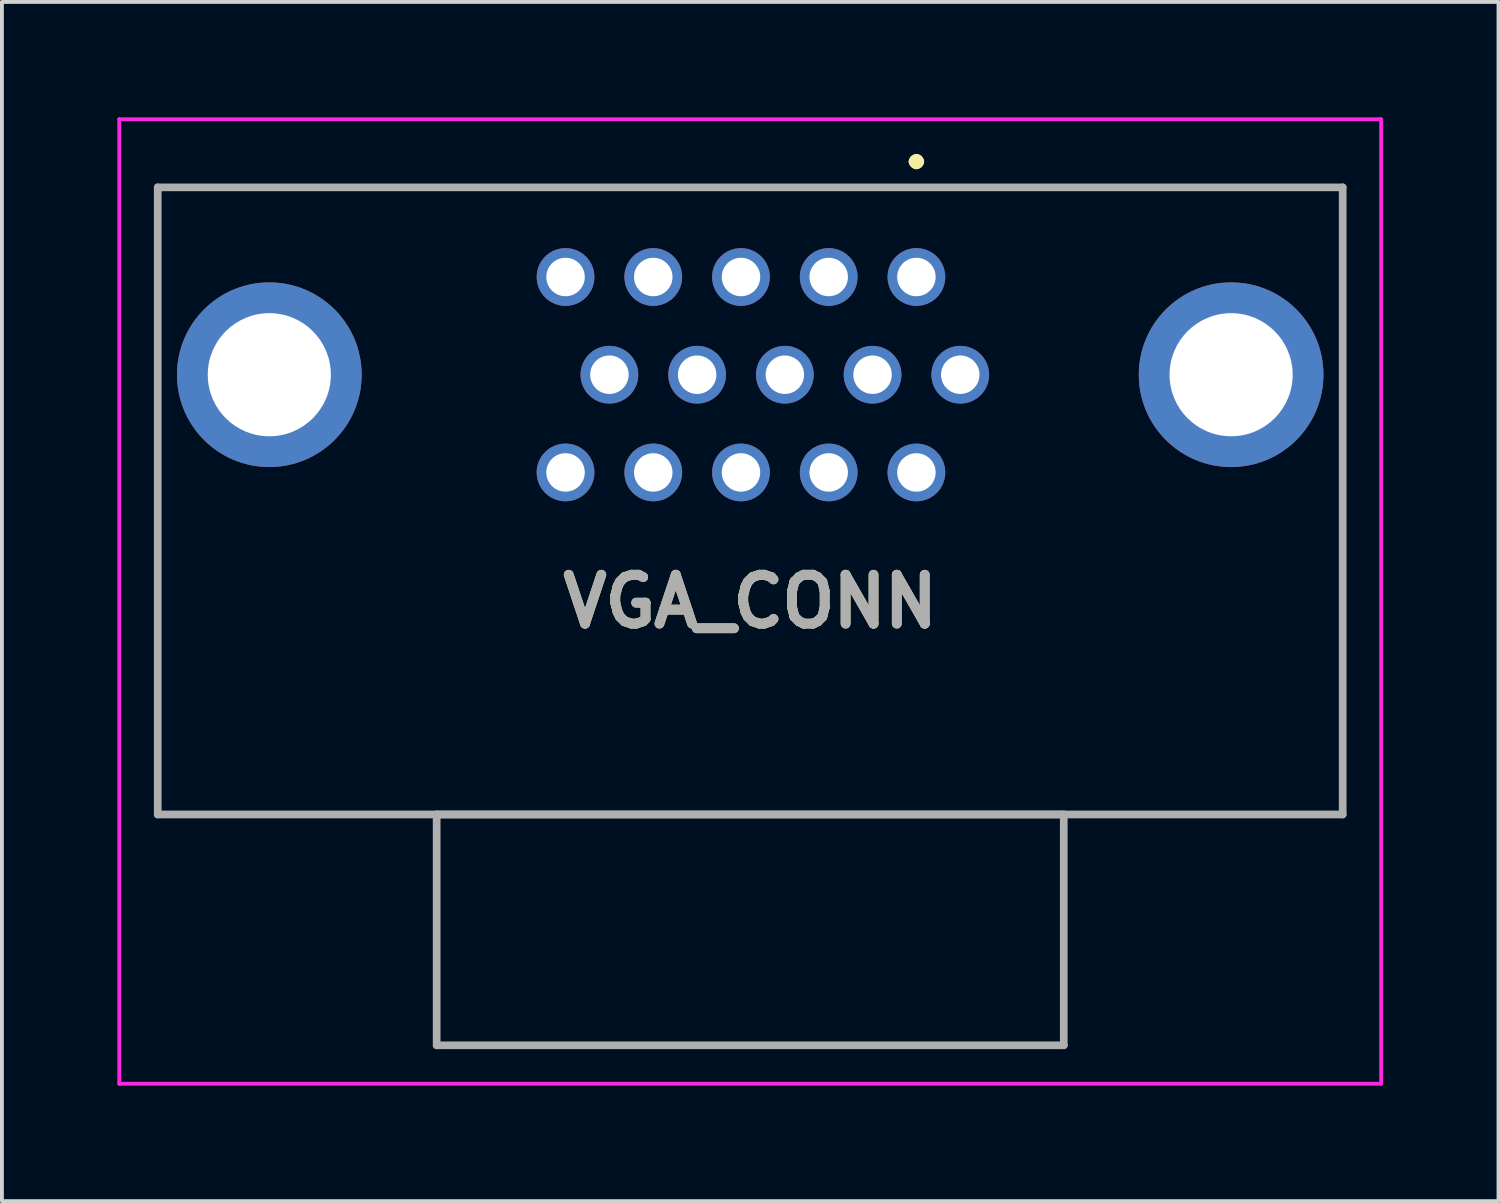
<source format=kicad_pcb>
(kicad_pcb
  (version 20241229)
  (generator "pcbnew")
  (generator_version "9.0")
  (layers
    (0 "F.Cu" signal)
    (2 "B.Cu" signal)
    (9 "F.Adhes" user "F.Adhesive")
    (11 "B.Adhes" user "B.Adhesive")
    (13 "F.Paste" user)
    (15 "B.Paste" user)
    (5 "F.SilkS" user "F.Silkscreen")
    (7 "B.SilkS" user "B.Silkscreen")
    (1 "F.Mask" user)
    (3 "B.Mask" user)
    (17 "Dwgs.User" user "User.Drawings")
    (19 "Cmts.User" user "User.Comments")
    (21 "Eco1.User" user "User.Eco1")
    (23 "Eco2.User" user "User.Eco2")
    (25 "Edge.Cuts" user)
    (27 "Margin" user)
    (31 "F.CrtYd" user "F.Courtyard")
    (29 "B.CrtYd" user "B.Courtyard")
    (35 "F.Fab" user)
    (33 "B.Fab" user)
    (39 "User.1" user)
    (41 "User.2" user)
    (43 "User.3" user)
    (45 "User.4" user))
  (footprint "VGA_CONN"
    (layer "F.Cu")
    (at 20.77 4.15)
    (property "Reference" "VGA_CONN" (at -4.32 8.435 0) (layer "F.SilkS") (effects (font (size 1.27 1.27) (thickness 0.254))))
    (attr through_hole)
    (fp_line (start -19.72 -2.33) (end 11.08 -2.33) (stroke (width 0.1) (type solid)) (layer "F.SilkS"))
    (fp_line (start -19.72 13.97) (end -19.72 -2.33) (stroke (width 0.1) (type solid)) (layer "F.SilkS"))
    (fp_line (start -0.1 -3) (end -0.1 -3) (stroke (width 0.2) (type solid)) (layer "F.SilkS"))
    (fp_line (start 0.1 -3) (end 0.1 -3) (stroke (width 0.2) (type solid)) (layer "F.SilkS"))
    (fp_line (start 11.08 -2.33) (end 11.08 13.97) (stroke (width 0.1) (type solid)) (layer "F.SilkS"))
    (fp_line (start 11.08 13.97) (end -19.72 13.97) (stroke (width 0.1) (type solid)) (layer "F.SilkS"))
    (fp_arc (start -0.1 -3) (mid 0 -3.1) (end 0.1 -3) (stroke (width 0.2) (type solid)) (layer "F.SilkS"))
    (fp_arc (start 0.1 -3) (mid 0 -2.9) (end -0.1 -3) (stroke (width 0.2) (type solid)) (layer "F.SilkS"))
    (fp_line (start -20.72 -4.1) (end 12.08 -4.1) (stroke (width 0.1) (type solid)) (layer "F.CrtYd"))
    (fp_line (start -20.72 20.97) (end -20.72 -4.1) (stroke (width 0.1) (type solid)) (layer "F.CrtYd"))
    (fp_line (start 12.08 -4.1) (end 12.08 20.97) (stroke (width 0.1) (type solid)) (layer "F.CrtYd"))
    (fp_line (start 12.08 20.97) (end -20.72 20.97) (stroke (width 0.1) (type solid)) (layer "F.CrtYd"))
    (fp_line (start -19.72 -2.33) (end 11.08 -2.33) (stroke (width 0.2) (type solid)) (layer "F.Fab"))
    (fp_line (start -19.72 13.97) (end -19.72 -2.33) (stroke (width 0.2) (type solid)) (layer "F.Fab"))
    (fp_line (start -12.47 13.97) (end 3.83 13.97) (stroke (width 0.2) (type solid)) (layer "F.Fab"))
    (fp_line (start -12.47 19.97) (end -12.47 13.97) (stroke (width 0.2) (type solid)) (layer "F.Fab"))
    (fp_line (start 3.83 13.97) (end 3.83 19.97) (stroke (width 0.2) (type solid)) (layer "F.Fab"))
    (fp_line (start 3.83 19.97) (end -12.47 19.97) (stroke (width 0.2) (type solid)) (layer "F.Fab"))
    (fp_line (start 11.08 -2.33) (end 11.08 13.97) (stroke (width 0.2) (type solid)) (layer "F.Fab"))
    (fp_line (start 11.08 13.97) (end -19.72 13.97) (stroke (width 0.2) (type solid)) (layer "F.Fab"))
    (fp_text user "${REFERENCE}" (at -4.32 8.435 0) (layer "F.Fab") (effects (font (size 1.27 1.27) (thickness 0.254))))
    (pad "1" thru_hole circle (at 0 0) (size 1.5 1.5) (drill 1) (layers "*.Cu" "*.Mask"))
    (pad "2" thru_hole circle (at -2.28 0) (size 1.5 1.5) (drill 1) (layers "*.Cu" "*.Mask"))
    (pad "3" thru_hole circle (at -4.56 0) (size 1.5 1.5) (drill 1) (layers "*.Cu" "*.Mask"))
    (pad "4" thru_hole circle (at -6.84 0) (size 1.5 1.5) (drill 1) (layers "*.Cu" "*.Mask"))
    (pad "5" thru_hole circle (at -9.12 0) (size 1.5 1.5) (drill 1) (layers "*.Cu" "*.Mask"))
    (pad "6" thru_hole circle (at 1.14 2.54) (size 1.5 1.5) (drill 1) (layers "*.Cu" "*.Mask"))
    (pad "7" thru_hole circle (at -1.14 2.54) (size 1.5 1.5) (drill 1) (layers "*.Cu" "*.Mask"))
    (pad "8" thru_hole circle (at -3.42 2.54) (size 1.5 1.5) (drill 1) (layers "*.Cu" "*.Mask"))
    (pad "9" thru_hole circle (at -5.7 2.54) (size 1.5 1.5) (drill 1) (layers "*.Cu" "*.Mask"))
    (pad "10" thru_hole circle (at -7.98 2.54) (size 1.5 1.5) (drill 1) (layers "*.Cu" "*.Mask"))
    (pad "11" thru_hole circle (at 0 5.08) (size 1.5 1.5) (drill 1) (layers "*.Cu" "*.Mask"))
    (pad "12" thru_hole circle (at -2.28 5.08) (size 1.5 1.5) (drill 1) (layers "*.Cu" "*.Mask"))
    (pad "13" thru_hole circle (at -4.56 5.08) (size 1.5 1.5) (drill 1) (layers "*.Cu" "*.Mask"))
    (pad "14" thru_hole circle (at -6.84 5.08) (size 1.5 1.5) (drill 1) (layers "*.Cu" "*.Mask"))
    (pad "15" thru_hole circle (at -9.12 5.08) (size 1.5 1.5) (drill 1) (layers "*.Cu" "*.Mask"))
    (pad "MH1" thru_hole circle (at 8.18 2.54) (size 4.8 4.8) (drill 3.2) (layers "*.Cu" "*.Mask"))
    (pad "MH2" thru_hole circle (at -16.82 2.54) (size 4.8 4.8) (drill 3.2) (layers "*.Cu" "*.Mask")))
  (gr_rect
    (start -3 -3)
    (end 35.9 28.17)
    (stroke (width 0.1) (type default))
    (fill no)
    (layer "Edge.Cuts")))
</source>
